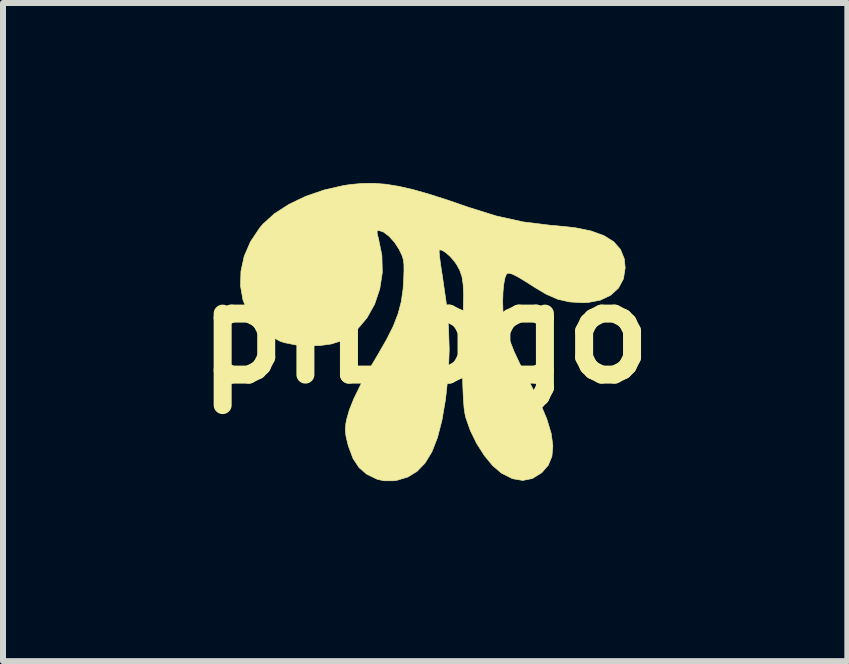
<source format=kicad_pcb>
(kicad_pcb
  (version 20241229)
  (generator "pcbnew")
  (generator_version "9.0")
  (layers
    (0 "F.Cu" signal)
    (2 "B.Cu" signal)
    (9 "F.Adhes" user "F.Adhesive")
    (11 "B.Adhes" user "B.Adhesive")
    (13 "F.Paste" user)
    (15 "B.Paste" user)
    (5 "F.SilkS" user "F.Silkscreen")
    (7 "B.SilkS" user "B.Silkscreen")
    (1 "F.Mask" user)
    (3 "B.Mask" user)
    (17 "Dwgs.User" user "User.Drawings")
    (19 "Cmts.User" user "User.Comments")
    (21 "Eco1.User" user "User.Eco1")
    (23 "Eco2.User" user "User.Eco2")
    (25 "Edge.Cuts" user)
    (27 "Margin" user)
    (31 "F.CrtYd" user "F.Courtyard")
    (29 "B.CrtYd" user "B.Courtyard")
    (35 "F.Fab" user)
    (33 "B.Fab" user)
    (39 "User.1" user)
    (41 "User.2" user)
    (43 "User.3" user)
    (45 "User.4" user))
  (footprint "piLogo"
    (layer "F.Cu")
    (at 4.035 2.503)
    (property "Reference" "piLogo" (at 0 0 0) (layer "F.SilkS") (effects (font (size 1.524 1.524) (thickness 0.3))))
    (attr through_hole)
    (fp_poly (pts (xy -0.653 -2.483) (xy -0.44 -2.448) (xy -0.202 -2.394) (xy 0.068 -2.317) (xy 0.38 -2.217) (xy 0.719 -2.1) (xy 1.185 -1.954) (xy 1.635 -1.855) (xy 2.089 -1.799) (xy 2.159 -1.794) (xy 2.49 -1.76) (xy 2.763 -1.705) (xy 2.98 -1.626) (xy 3.143 -1.524) (xy 3.255 -1.396) (xy 3.318 -1.24) (xy 3.333 -1.089) (xy 3.304 -0.906) (xy 3.222 -0.753) (xy 3.092 -0.633) (xy 2.919 -0.551) (xy 2.709 -0.511) (xy 2.622 -0.508) (xy 2.404 -0.522) (xy 2.208 -0.567) (xy 2.014 -0.652) (xy 1.831 -0.761) (xy 1.663 -0.868) (xy 1.54 -0.942) (xy 1.453 -0.985) (xy 1.397 -1.001) (xy 1.364 -0.995) (xy 1.359 -0.991) (xy 1.332 -0.932) (xy 1.311 -0.826) (xy 1.297 -0.688) (xy 1.292 -0.535) (xy 1.296 -0.383) (xy 1.306 -0.286) (xy 1.341 -0.1) (xy 1.399 0.094) (xy 1.483 0.308) (xy 1.597 0.55) (xy 1.744 0.828) (xy 1.908 1.148) (xy 2.027 1.428) (xy 2.1 1.67) (xy 2.128 1.877) (xy 2.112 2.053) (xy 2.051 2.2) (xy 1.946 2.321) (xy 1.94 2.326) (xy 1.787 2.421) (xy 1.626 2.453) (xy 1.455 2.424) (xy 1.273 2.332) (xy 1.266 2.327) (xy 1.125 2.207) (xy 0.987 2.039) (xy 0.859 1.839) (xy 0.753 1.623) (xy 0.677 1.406) (xy 0.664 1.349) (xy 0.648 1.241) (xy 0.636 1.077) (xy 0.627 0.867) (xy 0.622 0.619) (xy 0.621 0.342) (xy 0.624 0.044) (xy 0.631 -0.267) (xy 0.636 -0.429) (xy 0.64 -0.645) (xy 0.633 -0.812) (xy 0.613 -0.943) (xy 0.576 -1.051) (xy 0.521 -1.15) (xy 0.486 -1.199) (xy 0.417 -1.279) (xy 0.342 -1.345) (xy 0.276 -1.385) (xy 0.236 -1.389) (xy 0.235 -1.388) (xy 0.233 -1.352) (xy 0.241 -1.266) (xy 0.257 -1.143) (xy 0.28 -0.994) (xy 0.283 -0.979) (xy 0.349 -0.521) (xy 0.389 -0.108) (xy 0.401 0.273) (xy 0.388 0.634) (xy 0.383 0.698) (xy 0.339 1.103) (xy 0.28 1.449) (xy 0.205 1.74) (xy 0.112 1.977) (xy -0.001 2.163) (xy -0.135 2.302) (xy -0.291 2.397) (xy -0.471 2.451) (xy -0.527 2.459) (xy -0.688 2.459) (xy -0.801 2.433) (xy -0.973 2.35) (xy -1.103 2.238) (xy -1.202 2.087) (xy -1.277 1.887) (xy -1.292 1.835) (xy -1.321 1.706) (xy -1.331 1.607) (xy -1.322 1.507) (xy -1.309 1.439) (xy -1.264 1.279) (xy -1.189 1.092) (xy -1.082 0.872) (xy -0.939 0.612) (xy -0.794 0.367) (xy -0.644 0.107) (xy -0.531 -0.118) (xy -0.451 -0.325) (xy -0.398 -0.526) (xy -0.368 -0.736) (xy -0.358 -0.889) (xy -0.353 -1.041) (xy -0.354 -1.148) (xy -0.364 -1.227) (xy -0.386 -1.296) (xy -0.422 -1.373) (xy -0.434 -1.397) (xy -0.51 -1.515) (xy -0.603 -1.617) (xy -0.697 -1.688) (xy -0.779 -1.714) (xy -0.779 -1.714) (xy -0.801 -1.702) (xy -0.799 -1.656) (xy -0.778 -1.577) (xy -0.721 -1.295) (xy -0.714 -1.013) (xy -0.756 -0.74) (xy -0.842 -0.484) (xy -0.97 -0.255) (xy -1.135 -0.06) (xy -1.335 0.091) (xy -1.422 0.135) (xy -1.568 0.18) (xy -1.753 0.205) (xy -1.958 0.209) (xy -2.161 0.194) (xy -2.342 0.158) (xy -2.418 0.133) (xy -2.638 0.014) (xy -2.815 -0.145) (xy -2.948 -0.337) (xy -3.036 -0.554) (xy -3.077 -0.788) (xy -3.07 -1.034) (xy -3.016 -1.282) (xy -2.911 -1.525) (xy -2.756 -1.757) (xy -2.703 -1.819) (xy -2.512 -1.992) (xy -2.27 -2.148) (xy -1.99 -2.282) (xy -1.681 -2.388) (xy -1.357 -2.462) (xy -1.231 -2.48) (xy -1.04 -2.497) (xy -0.85 -2.498) (xy -0.653 -2.483)) (stroke (width 0.01) (type solid)) (fill yes) (layer "F.SilkS")))
  (gr_rect
    (start -3 -3)
    (end 11.07 7.967)
    (stroke (width 0.1) (type default))
    (fill no)
    (layer "Edge.Cuts")))
</source>
